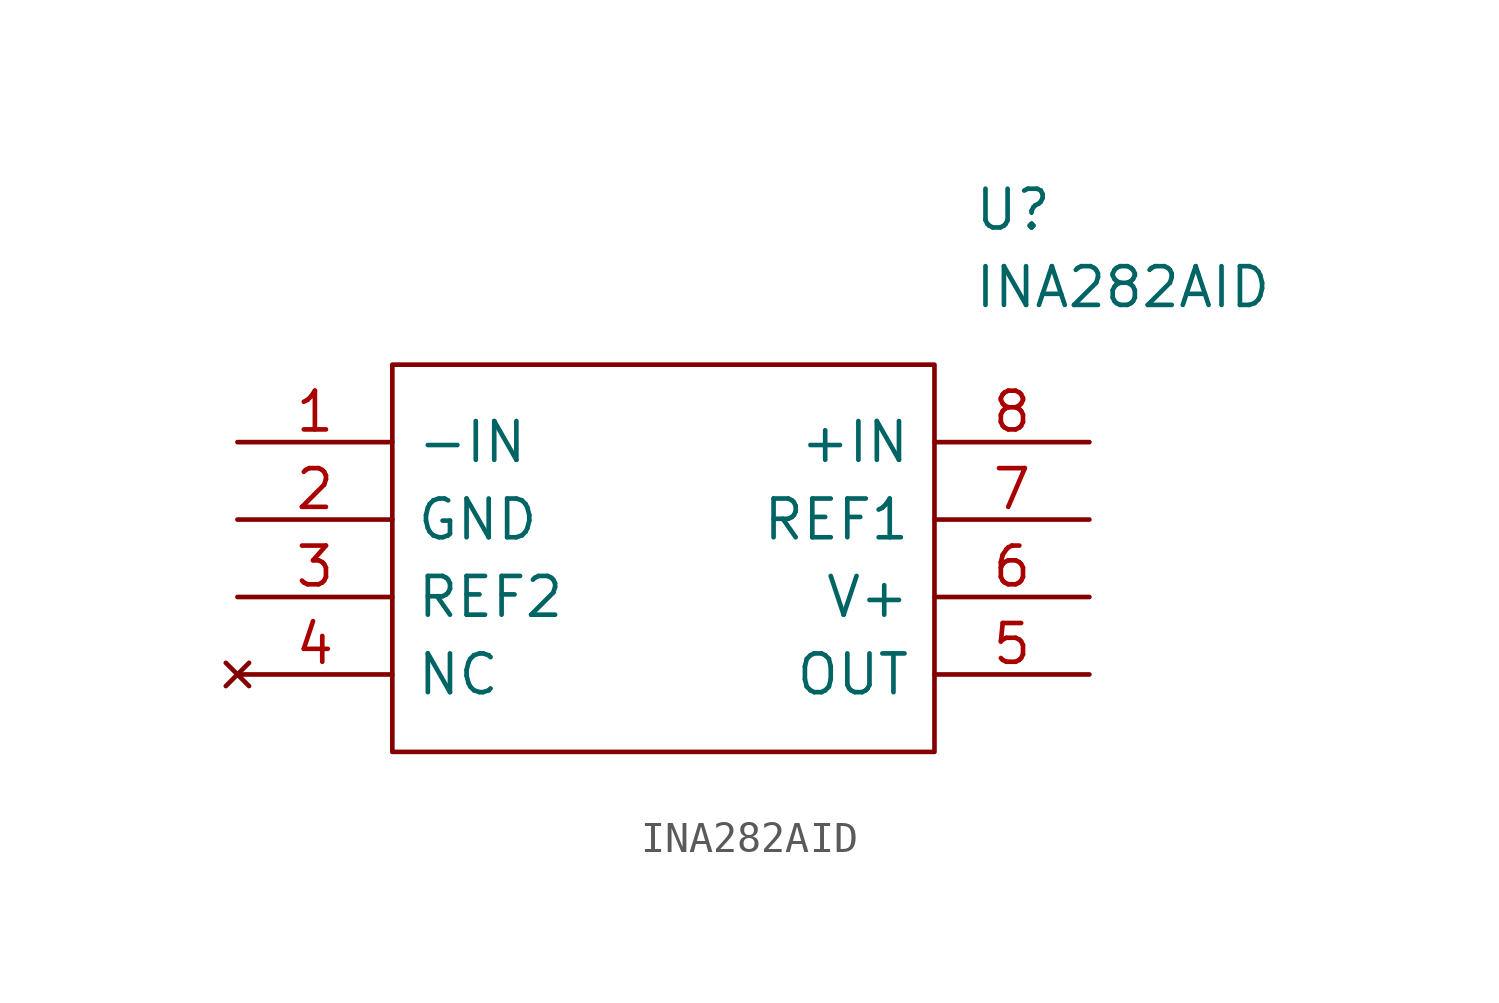
<source format=kicad_sym>
(kicad_symbol_lib
  (version 20211014)
  (generator kicad_symbol_editor)
  (symbol "INA282AID:INA282AID"
    (pin_names
      (offset 0.762))
    (property "Reference" "U"
      (at 24.13 7.62 0)
      (effects (font (size 1.27 1.27)) (justify left)))
    (property "Value" "INA282AID"
      (at 24.13 5.08 0)
      (effects (font (size 1.27 1.27)) (justify left)))
    (symbol "INA282AID_0_0"
      (pin passive line (at 0 0 0) (length 5.08) (name "-IN" (effects (font (size 1.27 1.27)))) (number "1" (effects (font (size 1.27 1.27)))))
      (pin passive line (at 0 -2.54 0) (length 5.08) (name "GND" (effects (font (size 1.27 1.27)))) (number "2" (effects (font (size 1.27 1.27)))))
      (pin passive line (at 0 -5.08 0) (length 5.08) (name "REF2" (effects (font (size 1.27 1.27)))) (number "3" (effects (font (size 1.27 1.27)))))
      (pin no_connect line (at 0 -7.62 0) (length 5.08) (name "NC" (effects (font (size 1.27 1.27)))) (number "4" (effects (font (size 1.27 1.27)))))
      (pin passive line (at 27.94 -7.62 180) (length 5.08) (name "OUT" (effects (font (size 1.27 1.27)))) (number "5" (effects (font (size 1.27 1.27)))))
      (pin passive line (at 27.94 -5.08 180) (length 5.08) (name "V+" (effects (font (size 1.27 1.27)))) (number "6" (effects (font (size 1.27 1.27)))))
      (pin passive line (at 27.94 -2.54 180) (length 5.08) (name "REF1" (effects (font (size 1.27 1.27)))) (number "7" (effects (font (size 1.27 1.27)))))
      (pin passive line (at 27.94 0 180) (length 5.08) (name "+IN" (effects (font (size 1.27 1.27)))) (number "8" (effects (font (size 1.27 1.27))))))
    (symbol "INA282AID_0_1"
      (polyline (pts (xy 5.08 2.54) (xy 22.86 2.54) (xy 22.86 -10.16) (xy 5.08 -10.16) (xy 5.08 2.54)) (stroke (width 0.152) (type default) (color 0 0 0 0)) (fill (type none))))))
</source>
